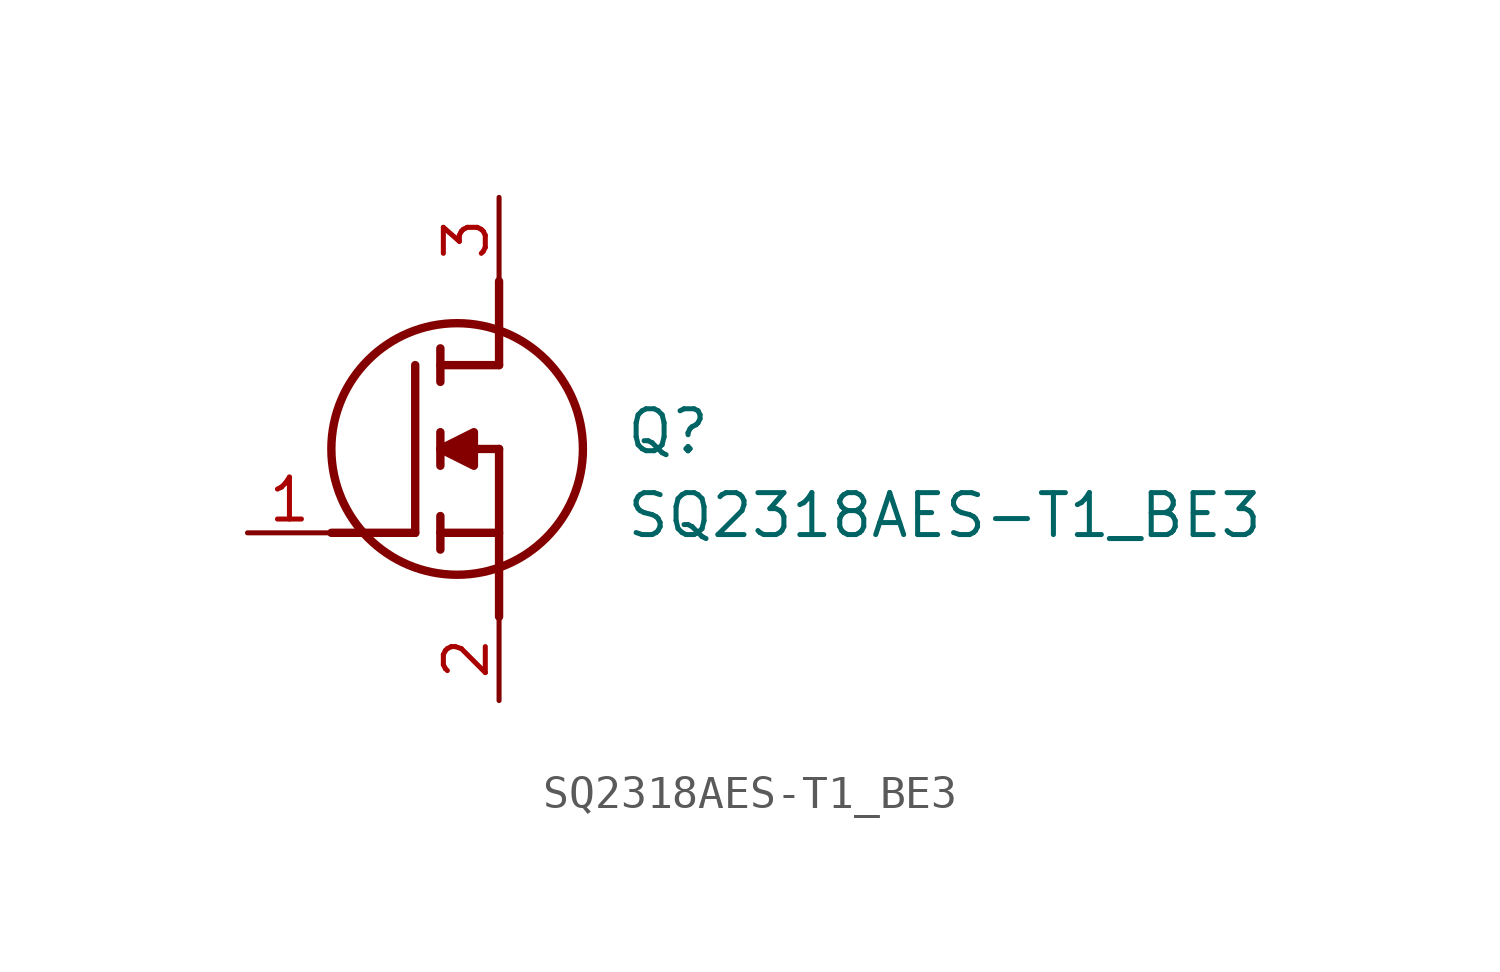
<source format=kicad_sym>
(kicad_symbol_lib
  (version 20211014)
  (generator SamacSys_ECAD_Model)
  (symbol "SQ2318AES-T1_BE3"
    (pin_names hide)
    (property "Reference" "Q"
      (at 11.43 3.81 0)
      (effects (font (size 1.27 1.27)) (justify left top)))
    (property "Value" "SQ2318AES-T1_BE3"
      (at 11.43 1.27 0)
      (effects (font (size 1.27 1.27)) (justify left top)))
    (polyline
      (pts (xy 7.62 2.54) (xy 7.62 -2.54))
      (stroke (width 0.254) (type default))
      (fill (type none)))
    (polyline
      (pts (xy 7.62 5.08) (xy 7.62 7.62))
      (stroke (width 0.254) (type default))
      (fill (type none)))
    (polyline
      (pts (xy 2.54 0) (xy 5.08 0))
      (stroke (width 0.254) (type default))
      (fill (type none)))
    (polyline
      (pts (xy 5.08 5.08) (xy 5.08 0))
      (stroke (width 0.254) (type default))
      (fill (type none)))
    (polyline
      (pts (xy 7.62 2.54) (xy 5.842 2.54))
      (stroke (width 0.254) (type default))
      (fill (type none)))
    (polyline
      (pts (xy 7.62 5.08) (xy 5.842 5.08))
      (stroke (width 0.254) (type default))
      (fill (type none)))
    (polyline
      (pts (xy 5.842 0) (xy 7.62 0))
      (stroke (width 0.254) (type default))
      (fill (type none)))
    (polyline
      (pts (xy 5.842 5.588) (xy 5.842 4.572))
      (stroke (width 0.254) (type default))
      (fill (type none)))
    (polyline
      (pts (xy 5.842 -0.508) (xy 5.842 0.508))
      (stroke (width 0.254) (type default))
      (fill (type none)))
    (polyline
      (pts (xy 5.842 2.032) (xy 5.842 3.048))
      (stroke (width 0.254) (type default))
      (fill (type none)))
    (circle
      (center 6.35 2.54)
      (radius 3.81)
      (stroke (width 0.254) (type default))
      (fill (type none)))
    (polyline
      (pts (xy 5.842 2.54) (xy 6.858 3.048) (xy 6.858 2.032) (xy 5.842 2.54))
      (stroke (width 0.254) (type default))
      (fill (type outline)))
    (pin passive line
      (at 0 0 0)
      (length 2.54)
      (name "G" (effects (font (size 1.27 1.27))))
      (number "1" (effects (font (size 1.27 1.27)))))
    (pin passive line
      (at 7.62 10.16 270)
      (length 2.54)
      (name "D" (effects (font (size 1.27 1.27))))
      (number "3" (effects (font (size 1.27 1.27)))))
    (pin passive line
      (at 7.62 -5.08 90)
      (length 2.54)
      (name "S" (effects (font (size 1.27 1.27))))
      (number "2" (effects (font (size 1.27 1.27)))))))
</source>
